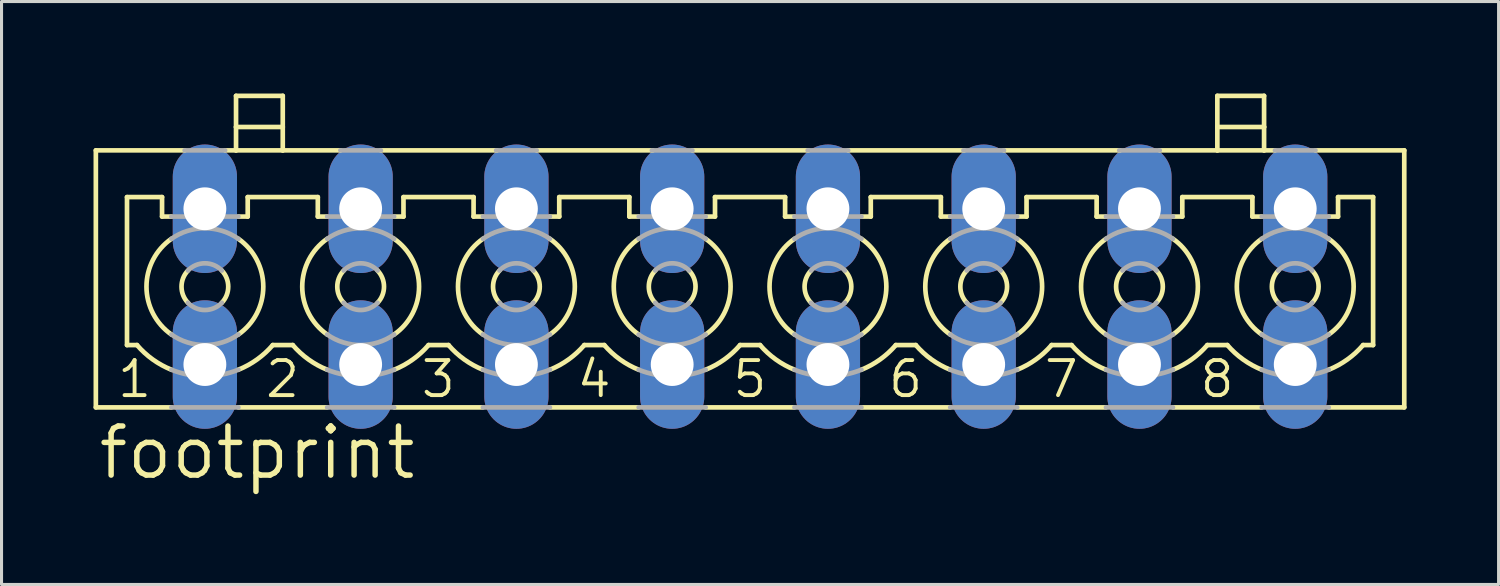
<source format=kicad_pcb>
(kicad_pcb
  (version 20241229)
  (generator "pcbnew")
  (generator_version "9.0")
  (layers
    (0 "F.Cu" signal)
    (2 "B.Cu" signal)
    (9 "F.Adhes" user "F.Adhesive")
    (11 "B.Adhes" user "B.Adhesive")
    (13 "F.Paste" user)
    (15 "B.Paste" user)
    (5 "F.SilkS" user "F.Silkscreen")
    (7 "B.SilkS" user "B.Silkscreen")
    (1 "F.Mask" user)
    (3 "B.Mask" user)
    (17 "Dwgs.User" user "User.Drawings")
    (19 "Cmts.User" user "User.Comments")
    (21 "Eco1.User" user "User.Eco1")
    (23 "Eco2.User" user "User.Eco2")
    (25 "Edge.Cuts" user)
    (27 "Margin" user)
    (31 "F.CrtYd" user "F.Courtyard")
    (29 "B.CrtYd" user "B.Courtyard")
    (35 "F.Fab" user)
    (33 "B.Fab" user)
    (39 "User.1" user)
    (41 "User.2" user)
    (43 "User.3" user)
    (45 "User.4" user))
  (footprint "footprint"
    (layer "F.Cu")
    (at 21.412 6.299)
    (property "Reference" "footprint" (at -21.336 6.35 0) (layer "F.SilkS") (effects (font (size 1.6 1.6) (thickness 0.178)) (justify left bottom)))
    (fp_line (start -21.336 -4.445) (end -21.336 3.937) (stroke (width 0.152) (type solid)) (layer "F.SilkS"))
    (fp_line (start -21.336 -4.445) (end -18.44 -4.445) (stroke (width 0.152) (type solid)) (layer "F.SilkS"))
    (fp_line (start -21.336 3.937) (end -18.872 3.937) (stroke (width 0.152) (type solid)) (layer "F.SilkS"))
    (fp_line (start -20.32 -2.921) (end -20.32 1.905) (stroke (width 0.152) (type solid)) (layer "F.SilkS"))
    (fp_line (start -20.32 -2.921) (end -19.177 -2.921) (stroke (width 0.152) (type solid)) (layer "F.SilkS"))
    (fp_line (start -20.32 1.905) (end -19.994 1.905) (stroke (width 0.152) (type solid)) (layer "F.SilkS"))
    (fp_line (start -19.177 -2.286) (end -19.177 -2.921) (stroke (width 0.152) (type solid)) (layer "F.SilkS"))
    (fp_line (start -19.177 -2.286) (end -18.872 -2.286) (stroke (width 0.152) (type solid)) (layer "F.SilkS"))
    (fp_line (start -17.12 -4.445) (end -16.764 -4.445) (stroke (width 0.152) (type solid)) (layer "F.SilkS"))
    (fp_line (start -16.764 -5.207) (end -16.764 -6.223) (stroke (width 0.152) (type solid)) (layer "F.SilkS"))
    (fp_line (start -16.764 -5.207) (end -15.24 -5.207) (stroke (width 0.152) (type solid)) (layer "F.SilkS"))
    (fp_line (start -16.764 -4.445) (end -16.764 -5.207) (stroke (width 0.152) (type solid)) (layer "F.SilkS"))
    (fp_line (start -16.764 -4.445) (end -15.24 -4.445) (stroke (width 0.152) (type solid)) (layer "F.SilkS"))
    (fp_line (start -16.688 -2.286) (end -16.383 -2.286) (stroke (width 0.152) (type solid)) (layer "F.SilkS"))
    (fp_line (start -16.688 3.937) (end -13.792 3.937) (stroke (width 0.152) (type solid)) (layer "F.SilkS"))
    (fp_line (start -16.383 -2.921) (end -14.097 -2.921) (stroke (width 0.152) (type solid)) (layer "F.SilkS"))
    (fp_line (start -16.383 -2.286) (end -16.383 -2.921) (stroke (width 0.152) (type solid)) (layer "F.SilkS"))
    (fp_line (start -15.566 1.905) (end -14.914 1.905) (stroke (width 0.152) (type solid)) (layer "F.SilkS"))
    (fp_line (start -15.24 -6.223) (end -16.764 -6.223) (stroke (width 0.152) (type solid)) (layer "F.SilkS"))
    (fp_line (start -15.24 -5.207) (end -15.24 -6.223) (stroke (width 0.152) (type solid)) (layer "F.SilkS"))
    (fp_line (start -15.24 -4.445) (end -15.24 -5.207) (stroke (width 0.152) (type solid)) (layer "F.SilkS"))
    (fp_line (start -15.24 -4.445) (end -13.36 -4.445) (stroke (width 0.152) (type solid)) (layer "F.SilkS"))
    (fp_line (start -14.097 -2.286) (end -14.097 -2.921) (stroke (width 0.152) (type solid)) (layer "F.SilkS"))
    (fp_line (start -14.097 -2.286) (end -13.792 -2.286) (stroke (width 0.152) (type solid)) (layer "F.SilkS"))
    (fp_line (start -12.04 -4.445) (end -8.255 -4.445) (stroke (width 0.152) (type solid)) (layer "F.SilkS"))
    (fp_line (start -11.608 -2.286) (end -11.303 -2.286) (stroke (width 0.152) (type solid)) (layer "F.SilkS"))
    (fp_line (start -11.608 3.937) (end -8.712 3.937) (stroke (width 0.152) (type solid)) (layer "F.SilkS"))
    (fp_line (start -11.303 -2.921) (end -9.017 -2.921) (stroke (width 0.152) (type solid)) (layer "F.SilkS"))
    (fp_line (start -11.303 -2.286) (end -11.303 -2.921) (stroke (width 0.152) (type solid)) (layer "F.SilkS"))
    (fp_line (start -10.486 1.905) (end -9.834 1.905) (stroke (width 0.152) (type solid)) (layer "F.SilkS"))
    (fp_line (start -9.017 -2.286) (end -9.017 -2.921) (stroke (width 0.152) (type solid)) (layer "F.SilkS"))
    (fp_line (start -9.017 -2.286) (end -8.712 -2.286) (stroke (width 0.152) (type solid)) (layer "F.SilkS"))
    (fp_line (start -6.96 -4.445) (end -3.175 -4.445) (stroke (width 0.152) (type solid)) (layer "F.SilkS"))
    (fp_line (start -6.528 -2.286) (end -6.223 -2.286) (stroke (width 0.152) (type solid)) (layer "F.SilkS"))
    (fp_line (start -6.528 3.937) (end -3.632 3.937) (stroke (width 0.152) (type solid)) (layer "F.SilkS"))
    (fp_line (start -6.223 -2.921) (end -3.937 -2.921) (stroke (width 0.152) (type solid)) (layer "F.SilkS"))
    (fp_line (start -6.223 -2.286) (end -6.223 -2.921) (stroke (width 0.152) (type solid)) (layer "F.SilkS"))
    (fp_line (start -5.406 1.905) (end -4.754 1.905) (stroke (width 0.152) (type solid)) (layer "F.SilkS"))
    (fp_line (start -3.937 -2.286) (end -3.937 -2.921) (stroke (width 0.152) (type solid)) (layer "F.SilkS"))
    (fp_line (start -3.937 -2.286) (end -3.632 -2.286) (stroke (width 0.152) (type solid)) (layer "F.SilkS"))
    (fp_line (start -1.88 -4.445) (end 1.905 -4.445) (stroke (width 0.152) (type solid)) (layer "F.SilkS"))
    (fp_line (start -1.448 -2.286) (end -1.143 -2.286) (stroke (width 0.152) (type solid)) (layer "F.SilkS"))
    (fp_line (start -1.448 3.937) (end 1.448 3.937) (stroke (width 0.152) (type solid)) (layer "F.SilkS"))
    (fp_line (start -1.143 -2.921) (end 1.143 -2.921) (stroke (width 0.152) (type solid)) (layer "F.SilkS"))
    (fp_line (start -1.143 -2.286) (end -1.143 -2.921) (stroke (width 0.152) (type solid)) (layer "F.SilkS"))
    (fp_line (start -0.326 1.905) (end 0.326 1.905) (stroke (width 0.152) (type solid)) (layer "F.SilkS"))
    (fp_line (start 1.143 -2.286) (end 1.143 -2.921) (stroke (width 0.152) (type solid)) (layer "F.SilkS"))
    (fp_line (start 1.143 -2.286) (end 1.448 -2.286) (stroke (width 0.152) (type solid)) (layer "F.SilkS"))
    (fp_line (start 3.2 -4.445) (end 6.985 -4.445) (stroke (width 0.152) (type solid)) (layer "F.SilkS"))
    (fp_line (start 3.632 -2.286) (end 3.937 -2.286) (stroke (width 0.152) (type solid)) (layer "F.SilkS"))
    (fp_line (start 3.632 3.937) (end 6.528 3.937) (stroke (width 0.152) (type solid)) (layer "F.SilkS"))
    (fp_line (start 3.937 -2.921) (end 6.223 -2.921) (stroke (width 0.152) (type solid)) (layer "F.SilkS"))
    (fp_line (start 3.937 -2.286) (end 3.937 -2.921) (stroke (width 0.152) (type solid)) (layer "F.SilkS"))
    (fp_line (start 4.754 1.905) (end 5.406 1.905) (stroke (width 0.152) (type solid)) (layer "F.SilkS"))
    (fp_line (start 6.223 -2.286) (end 6.223 -2.921) (stroke (width 0.152) (type solid)) (layer "F.SilkS"))
    (fp_line (start 6.223 -2.286) (end 6.528 -2.286) (stroke (width 0.152) (type solid)) (layer "F.SilkS"))
    (fp_line (start 8.28 -4.445) (end 12.065 -4.445) (stroke (width 0.152) (type solid)) (layer "F.SilkS"))
    (fp_line (start 8.712 -2.286) (end 9.017 -2.286) (stroke (width 0.152) (type solid)) (layer "F.SilkS"))
    (fp_line (start 8.712 3.937) (end 11.608 3.937) (stroke (width 0.152) (type solid)) (layer "F.SilkS"))
    (fp_line (start 9.017 -2.921) (end 11.303 -2.921) (stroke (width 0.152) (type solid)) (layer "F.SilkS"))
    (fp_line (start 9.017 -2.286) (end 9.017 -2.921) (stroke (width 0.152) (type solid)) (layer "F.SilkS"))
    (fp_line (start 9.834 1.905) (end 10.486 1.905) (stroke (width 0.152) (type solid)) (layer "F.SilkS"))
    (fp_line (start 11.303 -2.286) (end 11.303 -2.921) (stroke (width 0.152) (type solid)) (layer "F.SilkS"))
    (fp_line (start 11.303 -2.286) (end 11.608 -2.286) (stroke (width 0.152) (type solid)) (layer "F.SilkS"))
    (fp_line (start 13.36 -4.445) (end 15.24 -4.445) (stroke (width 0.152) (type solid)) (layer "F.SilkS"))
    (fp_line (start 13.792 -2.286) (end 14.097 -2.286) (stroke (width 0.152) (type solid)) (layer "F.SilkS"))
    (fp_line (start 13.792 3.937) (end 16.688 3.937) (stroke (width 0.152) (type solid)) (layer "F.SilkS"))
    (fp_line (start 14.097 -2.921) (end 16.383 -2.921) (stroke (width 0.152) (type solid)) (layer "F.SilkS"))
    (fp_line (start 14.097 -2.286) (end 14.097 -2.921) (stroke (width 0.152) (type solid)) (layer "F.SilkS"))
    (fp_line (start 14.914 1.905) (end 15.566 1.905) (stroke (width 0.152) (type solid)) (layer "F.SilkS"))
    (fp_line (start 15.24 -5.207) (end 15.24 -6.223) (stroke (width 0.152) (type solid)) (layer "F.SilkS"))
    (fp_line (start 15.24 -5.207) (end 16.764 -5.207) (stroke (width 0.152) (type solid)) (layer "F.SilkS"))
    (fp_line (start 15.24 -4.445) (end 15.24 -5.207) (stroke (width 0.152) (type solid)) (layer "F.SilkS"))
    (fp_line (start 15.24 -4.445) (end 16.764 -4.445) (stroke (width 0.152) (type solid)) (layer "F.SilkS"))
    (fp_line (start 16.383 -2.286) (end 16.383 -2.921) (stroke (width 0.152) (type solid)) (layer "F.SilkS"))
    (fp_line (start 16.383 -2.286) (end 16.688 -2.286) (stroke (width 0.152) (type solid)) (layer "F.SilkS"))
    (fp_line (start 16.764 -6.223) (end 15.24 -6.223) (stroke (width 0.152) (type solid)) (layer "F.SilkS"))
    (fp_line (start 16.764 -5.207) (end 16.764 -6.223) (stroke (width 0.152) (type solid)) (layer "F.SilkS"))
    (fp_line (start 16.764 -4.445) (end 16.764 -5.207) (stroke (width 0.152) (type solid)) (layer "F.SilkS"))
    (fp_line (start 16.764 -4.445) (end 17.12 -4.445) (stroke (width 0.152) (type solid)) (layer "F.SilkS"))
    (fp_line (start 18.44 -4.445) (end 21.336 -4.445) (stroke (width 0.152) (type solid)) (layer "F.SilkS"))
    (fp_line (start 18.872 -2.286) (end 19.177 -2.286) (stroke (width 0.152) (type solid)) (layer "F.SilkS"))
    (fp_line (start 18.872 3.937) (end 21.336 3.937) (stroke (width 0.152) (type solid)) (layer "F.SilkS"))
    (fp_line (start 19.177 -2.921) (end 20.32 -2.921) (stroke (width 0.152) (type solid)) (layer "F.SilkS"))
    (fp_line (start 19.177 -2.286) (end 19.177 -2.921) (stroke (width 0.152) (type solid)) (layer "F.SilkS"))
    (fp_line (start 19.994 1.905) (end 20.32 1.905) (stroke (width 0.152) (type solid)) (layer "F.SilkS"))
    (fp_line (start 20.32 1.905) (end 20.32 -2.921) (stroke (width 0.152) (type solid)) (layer "F.SilkS"))
    (fp_line (start 21.336 -4.445) (end 21.336 3.937) (stroke (width 0.152) (type solid)) (layer "F.SilkS"))
    (fp_arc (start -18.872199 1.560801) (mid -19.684993 0.000001) (end -18.8722 -1.5608) (stroke (width 0.1524) (type solid)) (layer "F.SilkS"))
    (fp_arc (start -18.8718 2.7092) (mid -19.481094 2.374351) (end -19.994 1.905) (stroke (width 0.1524) (type solid)) (layer "F.SilkS"))
    (fp_arc (start -18.3314 0.526) (mid -18.542049 0) (end -18.3314 -0.526) (stroke (width 0.1524) (type solid)) (layer "F.SilkS"))
    (fp_arc (start -17.228599 -0.525999) (mid -17.017951 0.000001) (end -17.2286 0.526) (stroke (width 0.1524) (type solid)) (layer "F.SilkS"))
    (fp_arc (start -16.6878 -1.5608) (mid -15.875007 0) (end -16.6878 1.5608) (stroke (width 0.1524) (type solid)) (layer "F.SilkS"))
    (fp_arc (start -15.5655 1.9051) (mid -16.078459 2.374412) (end -16.6878 2.7092) (stroke (width 0.1524) (type solid)) (layer "F.SilkS"))
    (fp_arc (start -13.792199 1.560801) (mid -14.604993 0.000001) (end -13.7922 -1.5608) (stroke (width 0.1524) (type solid)) (layer "F.SilkS"))
    (fp_arc (start -13.7918 2.7092) (mid -14.401094 2.374351) (end -14.914 1.905) (stroke (width 0.1524) (type solid)) (layer "F.SilkS"))
    (fp_arc (start -13.2514 0.526) (mid -13.462049 0) (end -13.2514 -0.526) (stroke (width 0.1524) (type solid)) (layer "F.SilkS"))
    (fp_arc (start -12.148599 -0.525999) (mid -11.937951 0.000001) (end -12.1486 0.526) (stroke (width 0.1524) (type solid)) (layer "F.SilkS"))
    (fp_arc (start -11.6078 -1.5608) (mid -10.795007 0) (end -11.6078 1.5608) (stroke (width 0.1524) (type solid)) (layer "F.SilkS"))
    (fp_arc (start -10.4855 1.9051) (mid -10.998459 2.374412) (end -11.6078 2.7092) (stroke (width 0.1524) (type solid)) (layer "F.SilkS"))
    (fp_arc (start -8.712199 1.560801) (mid -9.524993 0.000001) (end -8.7122 -1.5608) (stroke (width 0.1524) (type solid)) (layer "F.SilkS"))
    (fp_arc (start -8.7118 2.7092) (mid -9.321094 2.374351) (end -9.834 1.905) (stroke (width 0.1524) (type solid)) (layer "F.SilkS"))
    (fp_arc (start -8.1714 0.526) (mid -8.382049 0) (end -8.1714 -0.526) (stroke (width 0.1524) (type solid)) (layer "F.SilkS"))
    (fp_arc (start -7.068599 -0.525999) (mid -6.857951 0.000001) (end -7.0686 0.526) (stroke (width 0.1524) (type solid)) (layer "F.SilkS"))
    (fp_arc (start -6.5278 -1.5608) (mid -5.715007 0) (end -6.5278 1.5608) (stroke (width 0.1524) (type solid)) (layer "F.SilkS"))
    (fp_arc (start -5.4055 1.9051) (mid -5.918459 2.374412) (end -6.5278 2.7092) (stroke (width 0.1524) (type solid)) (layer "F.SilkS"))
    (fp_arc (start -3.632199 1.560801) (mid -4.444993 0.000001) (end -3.6322 -1.5608) (stroke (width 0.1524) (type solid)) (layer "F.SilkS"))
    (fp_arc (start -3.6318 2.7092) (mid -4.241094 2.374351) (end -4.754 1.905) (stroke (width 0.1524) (type solid)) (layer "F.SilkS"))
    (fp_arc (start -3.0914 0.526) (mid -3.302049 0) (end -3.0914 -0.526) (stroke (width 0.1524) (type solid)) (layer "F.SilkS"))
    (fp_arc (start -1.988599 -0.525999) (mid -1.777951 0.000001) (end -1.9886 0.526) (stroke (width 0.1524) (type solid)) (layer "F.SilkS"))
    (fp_arc (start -1.4478 -1.5608) (mid -0.635007 0) (end -1.4478 1.5608) (stroke (width 0.1524) (type solid)) (layer "F.SilkS"))
    (fp_arc (start -0.3255 1.9051) (mid -0.838459 2.374412) (end -1.4478 2.7092) (stroke (width 0.1524) (type solid)) (layer "F.SilkS"))
    (fp_arc (start 1.4478 1.5608) (mid 0.635007 0) (end 1.4478 -1.5608) (stroke (width 0.1524) (type solid)) (layer "F.SilkS"))
    (fp_arc (start 1.4482 2.709) (mid 0.838916 2.374254) (end 0.326 1.905) (stroke (width 0.1524) (type solid)) (layer "F.SilkS"))
    (fp_arc (start 1.988599 0.525999) (mid 1.777951 -0.000001) (end 1.9886 -0.526) (stroke (width 0.1524) (type solid)) (layer "F.SilkS"))
    (fp_arc (start 3.0914 -0.526) (mid 3.302049 0) (end 3.0914 0.526) (stroke (width 0.1524) (type solid)) (layer "F.SilkS"))
    (fp_arc (start 3.632199 -1.560801) (mid 4.444993 -0.000001) (end 3.6322 1.5608) (stroke (width 0.1524) (type solid)) (layer "F.SilkS"))
    (fp_arc (start 4.754 1.905) (mid 4.241094 2.374351) (end 3.6318 2.7092) (stroke (width 0.1524) (type solid)) (layer "F.SilkS"))
    (fp_arc (start 6.5278 1.5608) (mid 5.715007 0) (end 6.5278 -1.5608) (stroke (width 0.1524) (type solid)) (layer "F.SilkS"))
    (fp_arc (start 6.5282 2.709) (mid 5.918916 2.374254) (end 5.406 1.905) (stroke (width 0.1524) (type solid)) (layer "F.SilkS"))
    (fp_arc (start 7.068599 0.525999) (mid 6.857951 -0.000001) (end 7.0686 -0.526) (stroke (width 0.1524) (type solid)) (layer "F.SilkS"))
    (fp_arc (start 8.1714 -0.526) (mid 8.382049 0) (end 8.1714 0.526) (stroke (width 0.1524) (type solid)) (layer "F.SilkS"))
    (fp_arc (start 8.712199 -1.560801) (mid 9.524993 -0.000001) (end 8.7122 1.5608) (stroke (width 0.1524) (type solid)) (layer "F.SilkS"))
    (fp_arc (start 9.834 1.905) (mid 9.321094 2.374351) (end 8.7118 2.7092) (stroke (width 0.1524) (type solid)) (layer "F.SilkS"))
    (fp_arc (start 11.6078 1.5608) (mid 10.795007 0) (end 11.6078 -1.5608) (stroke (width 0.1524) (type solid)) (layer "F.SilkS"))
    (fp_arc (start 11.6082 2.709) (mid 10.998916 2.374254) (end 10.486 1.905) (stroke (width 0.1524) (type solid)) (layer "F.SilkS"))
    (fp_arc (start 12.148599 0.525999) (mid 11.937951 -0.000001) (end 12.1486 -0.526) (stroke (width 0.1524) (type solid)) (layer "F.SilkS"))
    (fp_arc (start 13.2514 -0.526) (mid 13.462049 0) (end 13.2514 0.526) (stroke (width 0.1524) (type solid)) (layer "F.SilkS"))
    (fp_arc (start 13.792199 -1.560801) (mid 14.604993 -0.000001) (end 13.7922 1.5608) (stroke (width 0.1524) (type solid)) (layer "F.SilkS"))
    (fp_arc (start 14.914 1.905) (mid 14.401094 2.374351) (end 13.7918 2.7092) (stroke (width 0.1524) (type solid)) (layer "F.SilkS"))
    (fp_arc (start 16.6878 1.5608) (mid 15.875007 0) (end 16.6878 -1.5608) (stroke (width 0.1524) (type solid)) (layer "F.SilkS"))
    (fp_arc (start 16.6882 2.709) (mid 16.078916 2.374254) (end 15.566 1.905) (stroke (width 0.1524) (type solid)) (layer "F.SilkS"))
    (fp_arc (start 17.228599 0.525999) (mid 17.017951 -0.000001) (end 17.2286 -0.526) (stroke (width 0.1524) (type solid)) (layer "F.SilkS"))
    (fp_arc (start 18.3314 -0.526) (mid 18.542049 0) (end 18.3314 0.526) (stroke (width 0.1524) (type solid)) (layer "F.SilkS"))
    (fp_arc (start 18.872199 -1.560801) (mid 19.684993 -0.000001) (end 18.8722 1.5608) (stroke (width 0.1524) (type solid)) (layer "F.SilkS"))
    (fp_arc (start 19.994 1.905) (mid 19.481094 2.374351) (end 18.8718 2.7092) (stroke (width 0.1524) (type solid)) (layer "F.SilkS"))
    (fp_line (start -18.872 -2.286) (end -16.688 -2.286) (stroke (width 0.152) (type solid)) (layer "F.Fab"))
    (fp_line (start -18.872 3.937) (end -16.688 3.937) (stroke (width 0.152) (type solid)) (layer "F.Fab"))
    (fp_line (start -18.44 -4.445) (end -17.12 -4.445) (stroke (width 0.152) (type solid)) (layer "F.Fab"))
    (fp_line (start -13.792 -2.286) (end -11.608 -2.286) (stroke (width 0.152) (type solid)) (layer "F.Fab"))
    (fp_line (start -13.792 3.937) (end -11.608 3.937) (stroke (width 0.152) (type solid)) (layer "F.Fab"))
    (fp_line (start -13.36 -4.445) (end -12.04 -4.445) (stroke (width 0.152) (type solid)) (layer "F.Fab"))
    (fp_line (start -8.712 -2.286) (end -6.528 -2.286) (stroke (width 0.152) (type solid)) (layer "F.Fab"))
    (fp_line (start -8.712 3.937) (end -6.528 3.937) (stroke (width 0.152) (type solid)) (layer "F.Fab"))
    (fp_line (start -8.28 -4.445) (end -6.96 -4.445) (stroke (width 0.152) (type solid)) (layer "F.Fab"))
    (fp_line (start -3.632 -2.286) (end -1.448 -2.286) (stroke (width 0.152) (type solid)) (layer "F.Fab"))
    (fp_line (start -3.632 3.937) (end -1.448 3.937) (stroke (width 0.152) (type solid)) (layer "F.Fab"))
    (fp_line (start -3.2 -4.445) (end -1.88 -4.445) (stroke (width 0.152) (type solid)) (layer "F.Fab"))
    (fp_line (start 1.448 -2.286) (end 3.632 -2.286) (stroke (width 0.152) (type solid)) (layer "F.Fab"))
    (fp_line (start 1.448 3.937) (end 3.632 3.937) (stroke (width 0.152) (type solid)) (layer "F.Fab"))
    (fp_line (start 1.88 -4.445) (end 3.2 -4.445) (stroke (width 0.152) (type solid)) (layer "F.Fab"))
    (fp_line (start 6.528 -2.286) (end 8.712 -2.286) (stroke (width 0.152) (type solid)) (layer "F.Fab"))
    (fp_line (start 6.528 3.937) (end 8.712 3.937) (stroke (width 0.152) (type solid)) (layer "F.Fab"))
    (fp_line (start 6.96 -4.445) (end 8.28 -4.445) (stroke (width 0.152) (type solid)) (layer "F.Fab"))
    (fp_line (start 11.608 -2.286) (end 13.792 -2.286) (stroke (width 0.152) (type solid)) (layer "F.Fab"))
    (fp_line (start 11.608 3.937) (end 13.792 3.937) (stroke (width 0.152) (type solid)) (layer "F.Fab"))
    (fp_line (start 12.04 -4.445) (end 13.36 -4.445) (stroke (width 0.152) (type solid)) (layer "F.Fab"))
    (fp_line (start 16.688 -2.286) (end 18.872 -2.286) (stroke (width 0.152) (type solid)) (layer "F.Fab"))
    (fp_line (start 16.688 3.937) (end 18.872 3.937) (stroke (width 0.152) (type solid)) (layer "F.Fab"))
    (fp_line (start 17.12 -4.445) (end 18.44 -4.445) (stroke (width 0.152) (type solid)) (layer "F.Fab"))
    (fp_arc (start -18.8722 -1.5608) (mid -17.78 -1.904993) (end -16.6878 -1.5608) (stroke (width 0.1524) (type solid)) (layer "F.Fab"))
    (fp_arc (start -18.3314 -0.526) (mid -17.78 -0.762049) (end -17.2286 -0.526) (stroke (width 0.1524) (type solid)) (layer "F.Fab"))
    (fp_arc (start -17.2286 0.526) (mid -17.78 0.762049) (end -18.3314 0.526) (stroke (width 0.1524) (type solid)) (layer "F.Fab"))
    (fp_arc (start -16.6878 1.5608) (mid -17.78 1.904993) (end -18.8722 1.5608) (stroke (width 0.1524) (type solid)) (layer "F.Fab"))
    (fp_arc (start -16.6878 2.7092) (mid -17.78 2.921073) (end -18.8722 2.7092) (stroke (width 0.1524) (type solid)) (layer "F.Fab"))
    (fp_arc (start -13.7922 -1.5608) (mid -12.7 -1.904993) (end -11.6078 -1.5608) (stroke (width 0.1524) (type solid)) (layer "F.Fab"))
    (fp_arc (start -13.2514 -0.526) (mid -12.7 -0.762049) (end -12.1486 -0.526) (stroke (width 0.1524) (type solid)) (layer "F.Fab"))
    (fp_arc (start -12.1486 0.526) (mid -12.7 0.762049) (end -13.2514 0.526) (stroke (width 0.1524) (type solid)) (layer "F.Fab"))
    (fp_arc (start -11.6078 1.5608) (mid -12.7 1.904993) (end -13.7922 1.5608) (stroke (width 0.1524) (type solid)) (layer "F.Fab"))
    (fp_arc (start -11.6078 2.7092) (mid -12.7 2.921073) (end -13.7922 2.7092) (stroke (width 0.1524) (type solid)) (layer "F.Fab"))
    (fp_arc (start -8.7122 -1.5608) (mid -7.62 -1.904993) (end -6.5278 -1.5608) (stroke (width 0.1524) (type solid)) (layer "F.Fab"))
    (fp_arc (start -8.1714 -0.526) (mid -7.62 -0.762049) (end -7.0686 -0.526) (stroke (width 0.1524) (type solid)) (layer "F.Fab"))
    (fp_arc (start -7.0686 0.526) (mid -7.62 0.762049) (end -8.1714 0.526) (stroke (width 0.1524) (type solid)) (layer "F.Fab"))
    (fp_arc (start -6.5278 1.5608) (mid -7.62 1.904993) (end -8.7122 1.5608) (stroke (width 0.1524) (type solid)) (layer "F.Fab"))
    (fp_arc (start -6.5278 2.7092) (mid -7.62 2.921073) (end -8.7122 2.7092) (stroke (width 0.1524) (type solid)) (layer "F.Fab"))
    (fp_arc (start -3.6322 -1.5608) (mid -2.54 -1.904993) (end -1.4478 -1.5608) (stroke (width 0.1524) (type solid)) (layer "F.Fab"))
    (fp_arc (start -3.0914 -0.526) (mid -2.54 -0.762049) (end -1.9886 -0.526) (stroke (width 0.1524) (type solid)) (layer "F.Fab"))
    (fp_arc (start -1.9886 0.526) (mid -2.54 0.762049) (end -3.0914 0.526) (stroke (width 0.1524) (type solid)) (layer "F.Fab"))
    (fp_arc (start -1.4478 1.5608) (mid -2.54 1.904993) (end -3.6322 1.5608) (stroke (width 0.1524) (type solid)) (layer "F.Fab"))
    (fp_arc (start -1.4478 2.7092) (mid -2.54 2.921073) (end -3.6322 2.7092) (stroke (width 0.1524) (type solid)) (layer "F.Fab"))
    (fp_arc (start 1.4478 -1.5608) (mid 2.54 -1.904993) (end 3.6322 -1.5608) (stroke (width 0.1524) (type solid)) (layer "F.Fab"))
    (fp_arc (start 1.9886 -0.526) (mid 2.54 -0.762049) (end 3.0914 -0.526) (stroke (width 0.1524) (type solid)) (layer "F.Fab"))
    (fp_arc (start 3.0914 0.526) (mid 2.54 0.762049) (end 1.9886 0.526) (stroke (width 0.1524) (type solid)) (layer "F.Fab"))
    (fp_arc (start 3.6322 1.5608) (mid 2.54 1.904993) (end 1.4478 1.5608) (stroke (width 0.1524) (type solid)) (layer "F.Fab"))
    (fp_arc (start 3.6322 2.7092) (mid 2.54 2.921073) (end 1.4478 2.7092) (stroke (width 0.1524) (type solid)) (layer "F.Fab"))
    (fp_arc (start 6.5278 -1.5608) (mid 7.62 -1.904993) (end 8.7122 -1.5608) (stroke (width 0.1524) (type solid)) (layer "F.Fab"))
    (fp_arc (start 7.0686 -0.526) (mid 7.62 -0.762049) (end 8.1714 -0.526) (stroke (width 0.1524) (type solid)) (layer "F.Fab"))
    (fp_arc (start 8.1714 0.526) (mid 7.62 0.762049) (end 7.0686 0.526) (stroke (width 0.1524) (type solid)) (layer "F.Fab"))
    (fp_arc (start 8.7122 1.5608) (mid 7.62 1.904993) (end 6.5278 1.5608) (stroke (width 0.1524) (type solid)) (layer "F.Fab"))
    (fp_arc (start 8.7122 2.7092) (mid 7.62 2.921073) (end 6.5278 2.7092) (stroke (width 0.1524) (type solid)) (layer "F.Fab"))
    (fp_arc (start 11.6078 -1.5608) (mid 12.7 -1.904993) (end 13.7922 -1.5608) (stroke (width 0.1524) (type solid)) (layer "F.Fab"))
    (fp_arc (start 12.1486 -0.526) (mid 12.7 -0.762049) (end 13.2514 -0.526) (stroke (width 0.1524) (type solid)) (layer "F.Fab"))
    (fp_arc (start 13.2514 0.526) (mid 12.7 0.762049) (end 12.1486 0.526) (stroke (width 0.1524) (type solid)) (layer "F.Fab"))
    (fp_arc (start 13.7922 1.5608) (mid 12.7 1.904993) (end 11.6078 1.5608) (stroke (width 0.1524) (type solid)) (layer "F.Fab"))
    (fp_arc (start 13.7922 2.7092) (mid 12.7 2.921073) (end 11.6078 2.7092) (stroke (width 0.1524) (type solid)) (layer "F.Fab"))
    (fp_arc (start 16.6878 -1.5608) (mid 17.78 -1.904993) (end 18.8722 -1.5608) (stroke (width 0.1524) (type solid)) (layer "F.Fab"))
    (fp_arc (start 17.2286 -0.526) (mid 17.78 -0.762049) (end 18.3314 -0.526) (stroke (width 0.1524) (type solid)) (layer "F.Fab"))
    (fp_arc (start 18.3314 0.526) (mid 17.78 0.762049) (end 17.2286 0.526) (stroke (width 0.1524) (type solid)) (layer "F.Fab"))
    (fp_arc (start 18.8722 1.5608) (mid 17.78 1.904993) (end 16.6878 1.5608) (stroke (width 0.1524) (type solid)) (layer "F.Fab"))
    (fp_arc (start 18.8722 2.7092) (mid 17.78 2.921073) (end 16.6878 2.7092) (stroke (width 0.1524) (type solid)) (layer "F.Fab"))
    (fp_text user "8" (at 14.605 3.683 0) (layer "F.SilkS") (effects (font (size 1.143 1.143) (thickness 0.127)) (justify left bottom)))
    (fp_text user "5" (at -0.635 3.683 0) (layer "F.SilkS") (effects (font (size 1.143 1.143) (thickness 0.127)) (justify left bottom)))
    (fp_text user "4" (at -5.715 3.683 0) (layer "F.SilkS") (effects (font (size 1.143 1.143) (thickness 0.127)) (justify left bottom)))
    (fp_text user "2" (at -15.875 3.683 0) (layer "F.SilkS") (effects (font (size 1.143 1.143) (thickness 0.127)) (justify left bottom)))
    (fp_text user "3" (at -10.795 3.683 0) (layer "F.SilkS") (effects (font (size 1.143 1.143) (thickness 0.127)) (justify left bottom)))
    (fp_text user "6" (at 4.445 3.683 0) (layer "F.SilkS") (effects (font (size 1.143 1.143) (thickness 0.127)) (justify left bottom)))
    (fp_text user "7" (at 9.525 3.683 0) (layer "F.SilkS") (effects (font (size 1.143 1.143) (thickness 0.127)) (justify left bottom)))
    (fp_text user "1" (at -20.701 3.683 0) (layer "F.SilkS") (effects (font (size 1.143 1.143) (thickness 0.127)) (justify left bottom)))
    (pad "1" thru_hole oval (at -17.78 -2.54 90) (size 4.191 2.095) (drill 1.397) (layers "*.Cu" "*.Mask"))
    (pad "1A" thru_hole oval (at -17.78 2.54 90) (size 4.191 2.095) (drill 1.397) (layers "*.Cu" "*.Mask"))
    (pad "2" thru_hole oval (at -12.7 -2.54 90) (size 4.191 2.095) (drill 1.397) (layers "*.Cu" "*.Mask"))
    (pad "2A" thru_hole oval (at -12.7 2.54 90) (size 4.191 2.095) (drill 1.397) (layers "*.Cu" "*.Mask"))
    (pad "3" thru_hole oval (at -7.62 -2.54 90) (size 4.191 2.095) (drill 1.397) (layers "*.Cu" "*.Mask"))
    (pad "3A" thru_hole oval (at -7.62 2.54 90) (size 4.191 2.095) (drill 1.397) (layers "*.Cu" "*.Mask"))
    (pad "4" thru_hole oval (at -2.54 -2.54 90) (size 4.191 2.095) (drill 1.397) (layers "*.Cu" "*.Mask"))
    (pad "4A" thru_hole oval (at -2.54 2.54 90) (size 4.191 2.095) (drill 1.397) (layers "*.Cu" "*.Mask"))
    (pad "5" thru_hole oval (at 2.54 -2.54 90) (size 4.191 2.095) (drill 1.397) (layers "*.Cu" "*.Mask"))
    (pad "5A" thru_hole oval (at 2.54 2.54 90) (size 4.191 2.095) (drill 1.397) (layers "*.Cu" "*.Mask"))
    (pad "6" thru_hole oval (at 7.62 -2.54 90) (size 4.191 2.095) (drill 1.397) (layers "*.Cu" "*.Mask"))
    (pad "6A" thru_hole oval (at 7.62 2.54 90) (size 4.191 2.095) (drill 1.397) (layers "*.Cu" "*.Mask"))
    (pad "7" thru_hole oval (at 12.7 -2.54 90) (size 4.191 2.095) (drill 1.397) (layers "*.Cu" "*.Mask"))
    (pad "7A" thru_hole oval (at 12.7 2.54 90) (size 4.191 2.095) (drill 1.397) (layers "*.Cu" "*.Mask"))
    (pad "8" thru_hole oval (at 17.78 -2.54 90) (size 4.191 2.095) (drill 1.397) (layers "*.Cu" "*.Mask"))
    (pad "8A" thru_hole oval (at 17.78 2.54 90) (size 4.191 2.095) (drill 1.397) (layers "*.Cu" "*.Mask")))
  (gr_rect
    (start -3 -3)
    (end 45.824 16.012)
    (stroke (width 0.1) (type default))
    (fill no)
    (layer "Edge.Cuts")))
</source>
